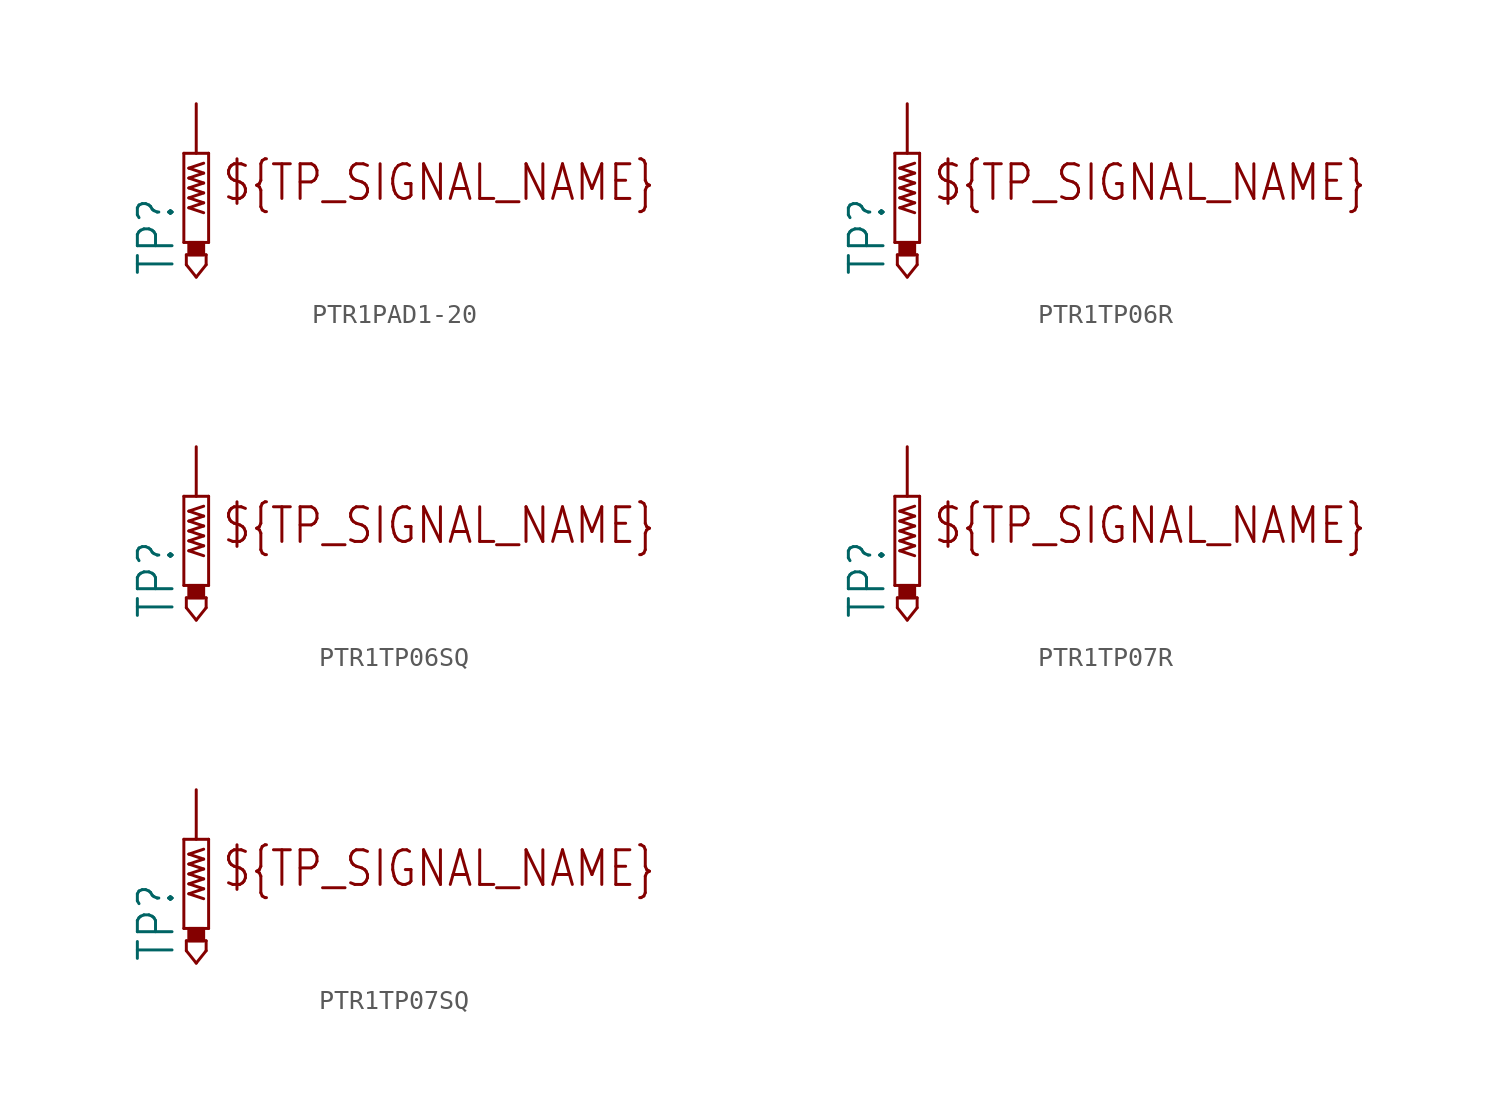
<source format=kicad_sym>
(kicad_symbol_lib
  (version 20241209)
  (generator "kicad_symbol_editor")
  (generator_version "9.0")
  (symbol "PTR1PAD1-20"
    (property "Reference" "TP"
      (at -1.016 -6.35 90)
      (effects (font (size 1.778 1.511)) (justify left bottom)))
    (property "ki_locked" ""
      (at 0 0 0)
      (effects (font (size 1.27 1.27))))
    (symbol "PTR1PAD1-20_1_0"
      (polyline (pts (xy -0.635 0) (xy -0.635 -4.572)) (stroke (width 0.152) (type solid)) (fill (type none)))
      (polyline (pts (xy -0.508 -5.207) (xy -0.508 -5.715)) (stroke (width 0.152) (type solid)) (fill (type none)))
      (polyline (pts (xy -0.508 -5.715) (xy 0 -6.35)) (stroke (width 0.152) (type solid)) (fill (type none)))
      (polyline (pts (xy -0.381 -0.762) (xy 0.381 -0.508)) (stroke (width 0.152) (type solid)) (fill (type none)))
      (polyline (pts (xy -0.381 -1.27) (xy 0.381 -1.016)) (stroke (width 0.152) (type solid)) (fill (type none)))
      (polyline (pts (xy -0.381 -1.778) (xy 0.381 -1.524)) (stroke (width 0.152) (type solid)) (fill (type none)))
      (polyline (pts (xy -0.381 -2.286) (xy 0.381 -2.032)) (stroke (width 0.152) (type solid)) (fill (type none)))
      (polyline (pts (xy -0.381 -2.794) (xy 0.381 -2.54)) (stroke (width 0.152) (type solid)) (fill (type none)))
      (rectangle (start -0.381 -5.207) (end 0.381 -4.572) (stroke (width 0) (type default)) (fill (type outline)))
      (polyline (pts (xy 0 -6.35) (xy 0.508 -5.715)) (stroke (width 0.152) (type solid)) (fill (type none)))
      (polyline (pts (xy 0.381 -1.016) (xy -0.381 -0.762)) (stroke (width 0.152) (type solid)) (fill (type none)))
      (polyline (pts (xy 0.381 -1.524) (xy -0.381 -1.27)) (stroke (width 0.152) (type solid)) (fill (type none)))
      (polyline (pts (xy 0.381 -2.032) (xy -0.381 -1.778)) (stroke (width 0.152) (type solid)) (fill (type none)))
      (polyline (pts (xy 0.381 -2.54) (xy -0.381 -2.286)) (stroke (width 0.152) (type solid)) (fill (type none)))
      (polyline (pts (xy 0.381 -3.048) (xy -0.381 -2.794)) (stroke (width 0.152) (type solid)) (fill (type none)))
      (polyline (pts (xy 0.508 -5.207) (xy -0.508 -5.207)) (stroke (width 0.152) (type solid)) (fill (type none)))
      (polyline (pts (xy 0.508 -5.715) (xy 0.508 -5.207)) (stroke (width 0.152) (type solid)) (fill (type none)))
      (polyline (pts (xy 0.635 0) (xy -0.635 0)) (stroke (width 0.152) (type solid)) (fill (type none)))
      (polyline (pts (xy 0.635 -4.572) (xy -0.635 -4.572)) (stroke (width 0.152) (type solid)) (fill (type none)))
      (polyline (pts (xy 0.635 -4.572) (xy 0.635 0)) (stroke (width 0.152) (type solid)) (fill (type none)))
      (text "${TP_SIGNAL_NAME}" (at 1.27 -2.54 0) (effects (font (size 1.778 1.511)) (justify left bottom)))
      (pin input line (at 0 2.54 270) (length 2.54) (name "TP" (effects (font (size 0 0)))) (number "TP" (effects (font (size 0 0)))))))
  (symbol "PTR1TP06R"
    (property "Reference" "TP"
      (at -1.016 -6.35 90)
      (effects (font (size 1.778 1.511)) (justify left bottom)))
    (property "ki_locked" ""
      (at 0 0 0)
      (effects (font (size 1.27 1.27))))
    (symbol "PTR1TP06R_1_0"
      (polyline (pts (xy -0.635 0) (xy -0.635 -4.572)) (stroke (width 0.152) (type solid)) (fill (type none)))
      (polyline (pts (xy -0.508 -5.207) (xy -0.508 -5.715)) (stroke (width 0.152) (type solid)) (fill (type none)))
      (polyline (pts (xy -0.508 -5.715) (xy 0 -6.35)) (stroke (width 0.152) (type solid)) (fill (type none)))
      (polyline (pts (xy -0.381 -0.762) (xy 0.381 -0.508)) (stroke (width 0.152) (type solid)) (fill (type none)))
      (polyline (pts (xy -0.381 -1.27) (xy 0.381 -1.016)) (stroke (width 0.152) (type solid)) (fill (type none)))
      (polyline (pts (xy -0.381 -1.778) (xy 0.381 -1.524)) (stroke (width 0.152) (type solid)) (fill (type none)))
      (polyline (pts (xy -0.381 -2.286) (xy 0.381 -2.032)) (stroke (width 0.152) (type solid)) (fill (type none)))
      (polyline (pts (xy -0.381 -2.794) (xy 0.381 -2.54)) (stroke (width 0.152) (type solid)) (fill (type none)))
      (rectangle (start -0.381 -5.207) (end 0.381 -4.572) (stroke (width 0) (type default)) (fill (type outline)))
      (polyline (pts (xy 0 -6.35) (xy 0.508 -5.715)) (stroke (width 0.152) (type solid)) (fill (type none)))
      (polyline (pts (xy 0.381 -1.016) (xy -0.381 -0.762)) (stroke (width 0.152) (type solid)) (fill (type none)))
      (polyline (pts (xy 0.381 -1.524) (xy -0.381 -1.27)) (stroke (width 0.152) (type solid)) (fill (type none)))
      (polyline (pts (xy 0.381 -2.032) (xy -0.381 -1.778)) (stroke (width 0.152) (type solid)) (fill (type none)))
      (polyline (pts (xy 0.381 -2.54) (xy -0.381 -2.286)) (stroke (width 0.152) (type solid)) (fill (type none)))
      (polyline (pts (xy 0.381 -3.048) (xy -0.381 -2.794)) (stroke (width 0.152) (type solid)) (fill (type none)))
      (polyline (pts (xy 0.508 -5.207) (xy -0.508 -5.207)) (stroke (width 0.152) (type solid)) (fill (type none)))
      (polyline (pts (xy 0.508 -5.715) (xy 0.508 -5.207)) (stroke (width 0.152) (type solid)) (fill (type none)))
      (polyline (pts (xy 0.635 0) (xy -0.635 0)) (stroke (width 0.152) (type solid)) (fill (type none)))
      (polyline (pts (xy 0.635 -4.572) (xy -0.635 -4.572)) (stroke (width 0.152) (type solid)) (fill (type none)))
      (polyline (pts (xy 0.635 -4.572) (xy 0.635 0)) (stroke (width 0.152) (type solid)) (fill (type none)))
      (text "${TP_SIGNAL_NAME}" (at 1.27 -2.54 0) (effects (font (size 1.778 1.511)) (justify left bottom)))
      (pin input line (at 0 2.54 270) (length 2.54) (name "TP" (effects (font (size 0 0)))) (number "TP" (effects (font (size 0 0)))))))
  (symbol "PTR1TP06SQ"
    (property "Reference" "TP"
      (at -1.016 -6.35 90)
      (effects (font (size 1.778 1.511)) (justify left bottom)))
    (property "ki_locked" ""
      (at 0 0 0)
      (effects (font (size 1.27 1.27))))
    (symbol "PTR1TP06SQ_1_0"
      (polyline (pts (xy -0.635 0) (xy -0.635 -4.572)) (stroke (width 0.152) (type solid)) (fill (type none)))
      (polyline (pts (xy -0.508 -5.207) (xy -0.508 -5.715)) (stroke (width 0.152) (type solid)) (fill (type none)))
      (polyline (pts (xy -0.508 -5.715) (xy 0 -6.35)) (stroke (width 0.152) (type solid)) (fill (type none)))
      (polyline (pts (xy -0.381 -0.762) (xy 0.381 -0.508)) (stroke (width 0.152) (type solid)) (fill (type none)))
      (polyline (pts (xy -0.381 -1.27) (xy 0.381 -1.016)) (stroke (width 0.152) (type solid)) (fill (type none)))
      (polyline (pts (xy -0.381 -1.778) (xy 0.381 -1.524)) (stroke (width 0.152) (type solid)) (fill (type none)))
      (polyline (pts (xy -0.381 -2.286) (xy 0.381 -2.032)) (stroke (width 0.152) (type solid)) (fill (type none)))
      (polyline (pts (xy -0.381 -2.794) (xy 0.381 -2.54)) (stroke (width 0.152) (type solid)) (fill (type none)))
      (rectangle (start -0.381 -5.207) (end 0.381 -4.572) (stroke (width 0) (type default)) (fill (type outline)))
      (polyline (pts (xy 0 -6.35) (xy 0.508 -5.715)) (stroke (width 0.152) (type solid)) (fill (type none)))
      (polyline (pts (xy 0.381 -1.016) (xy -0.381 -0.762)) (stroke (width 0.152) (type solid)) (fill (type none)))
      (polyline (pts (xy 0.381 -1.524) (xy -0.381 -1.27)) (stroke (width 0.152) (type solid)) (fill (type none)))
      (polyline (pts (xy 0.381 -2.032) (xy -0.381 -1.778)) (stroke (width 0.152) (type solid)) (fill (type none)))
      (polyline (pts (xy 0.381 -2.54) (xy -0.381 -2.286)) (stroke (width 0.152) (type solid)) (fill (type none)))
      (polyline (pts (xy 0.381 -3.048) (xy -0.381 -2.794)) (stroke (width 0.152) (type solid)) (fill (type none)))
      (polyline (pts (xy 0.508 -5.207) (xy -0.508 -5.207)) (stroke (width 0.152) (type solid)) (fill (type none)))
      (polyline (pts (xy 0.508 -5.715) (xy 0.508 -5.207)) (stroke (width 0.152) (type solid)) (fill (type none)))
      (polyline (pts (xy 0.635 0) (xy -0.635 0)) (stroke (width 0.152) (type solid)) (fill (type none)))
      (polyline (pts (xy 0.635 -4.572) (xy -0.635 -4.572)) (stroke (width 0.152) (type solid)) (fill (type none)))
      (polyline (pts (xy 0.635 -4.572) (xy 0.635 0)) (stroke (width 0.152) (type solid)) (fill (type none)))
      (text "${TP_SIGNAL_NAME}" (at 1.27 -2.54 0) (effects (font (size 1.778 1.511)) (justify left bottom)))
      (pin input line (at 0 2.54 270) (length 2.54) (name "TP" (effects (font (size 0 0)))) (number "TP" (effects (font (size 0 0)))))))
  (symbol "PTR1TP07R"
    (property "Reference" "TP"
      (at -1.016 -6.35 90)
      (effects (font (size 1.778 1.511)) (justify left bottom)))
    (property "ki_locked" ""
      (at 0 0 0)
      (effects (font (size 1.27 1.27))))
    (symbol "PTR1TP07R_1_0"
      (polyline (pts (xy -0.635 0) (xy -0.635 -4.572)) (stroke (width 0.152) (type solid)) (fill (type none)))
      (polyline (pts (xy -0.508 -5.207) (xy -0.508 -5.715)) (stroke (width 0.152) (type solid)) (fill (type none)))
      (polyline (pts (xy -0.508 -5.715) (xy 0 -6.35)) (stroke (width 0.152) (type solid)) (fill (type none)))
      (polyline (pts (xy -0.381 -0.762) (xy 0.381 -0.508)) (stroke (width 0.152) (type solid)) (fill (type none)))
      (polyline (pts (xy -0.381 -1.27) (xy 0.381 -1.016)) (stroke (width 0.152) (type solid)) (fill (type none)))
      (polyline (pts (xy -0.381 -1.778) (xy 0.381 -1.524)) (stroke (width 0.152) (type solid)) (fill (type none)))
      (polyline (pts (xy -0.381 -2.286) (xy 0.381 -2.032)) (stroke (width 0.152) (type solid)) (fill (type none)))
      (polyline (pts (xy -0.381 -2.794) (xy 0.381 -2.54)) (stroke (width 0.152) (type solid)) (fill (type none)))
      (rectangle (start -0.381 -5.207) (end 0.381 -4.572) (stroke (width 0) (type default)) (fill (type outline)))
      (polyline (pts (xy 0 -6.35) (xy 0.508 -5.715)) (stroke (width 0.152) (type solid)) (fill (type none)))
      (polyline (pts (xy 0.381 -1.016) (xy -0.381 -0.762)) (stroke (width 0.152) (type solid)) (fill (type none)))
      (polyline (pts (xy 0.381 -1.524) (xy -0.381 -1.27)) (stroke (width 0.152) (type solid)) (fill (type none)))
      (polyline (pts (xy 0.381 -2.032) (xy -0.381 -1.778)) (stroke (width 0.152) (type solid)) (fill (type none)))
      (polyline (pts (xy 0.381 -2.54) (xy -0.381 -2.286)) (stroke (width 0.152) (type solid)) (fill (type none)))
      (polyline (pts (xy 0.381 -3.048) (xy -0.381 -2.794)) (stroke (width 0.152) (type solid)) (fill (type none)))
      (polyline (pts (xy 0.508 -5.207) (xy -0.508 -5.207)) (stroke (width 0.152) (type solid)) (fill (type none)))
      (polyline (pts (xy 0.508 -5.715) (xy 0.508 -5.207)) (stroke (width 0.152) (type solid)) (fill (type none)))
      (polyline (pts (xy 0.635 0) (xy -0.635 0)) (stroke (width 0.152) (type solid)) (fill (type none)))
      (polyline (pts (xy 0.635 -4.572) (xy -0.635 -4.572)) (stroke (width 0.152) (type solid)) (fill (type none)))
      (polyline (pts (xy 0.635 -4.572) (xy 0.635 0)) (stroke (width 0.152) (type solid)) (fill (type none)))
      (text "${TP_SIGNAL_NAME}" (at 1.27 -2.54 0) (effects (font (size 1.778 1.511)) (justify left bottom)))
      (pin input line (at 0 2.54 270) (length 2.54) (name "TP" (effects (font (size 0 0)))) (number "TP" (effects (font (size 0 0)))))))
  (symbol "PTR1TP07SQ"
    (property "Reference" "TP"
      (at -1.016 -6.35 90)
      (effects (font (size 1.778 1.511)) (justify left bottom)))
    (property "ki_locked" ""
      (at 0 0 0)
      (effects (font (size 1.27 1.27))))
    (symbol "PTR1TP07SQ_1_0"
      (polyline (pts (xy -0.635 0) (xy -0.635 -4.572)) (stroke (width 0.152) (type solid)) (fill (type none)))
      (polyline (pts (xy -0.508 -5.207) (xy -0.508 -5.715)) (stroke (width 0.152) (type solid)) (fill (type none)))
      (polyline (pts (xy -0.508 -5.715) (xy 0 -6.35)) (stroke (width 0.152) (type solid)) (fill (type none)))
      (polyline (pts (xy -0.381 -0.762) (xy 0.381 -0.508)) (stroke (width 0.152) (type solid)) (fill (type none)))
      (polyline (pts (xy -0.381 -1.27) (xy 0.381 -1.016)) (stroke (width 0.152) (type solid)) (fill (type none)))
      (polyline (pts (xy -0.381 -1.778) (xy 0.381 -1.524)) (stroke (width 0.152) (type solid)) (fill (type none)))
      (polyline (pts (xy -0.381 -2.286) (xy 0.381 -2.032)) (stroke (width 0.152) (type solid)) (fill (type none)))
      (polyline (pts (xy -0.381 -2.794) (xy 0.381 -2.54)) (stroke (width 0.152) (type solid)) (fill (type none)))
      (rectangle (start -0.381 -5.207) (end 0.381 -4.572) (stroke (width 0) (type default)) (fill (type outline)))
      (polyline (pts (xy 0 -6.35) (xy 0.508 -5.715)) (stroke (width 0.152) (type solid)) (fill (type none)))
      (polyline (pts (xy 0.381 -1.016) (xy -0.381 -0.762)) (stroke (width 0.152) (type solid)) (fill (type none)))
      (polyline (pts (xy 0.381 -1.524) (xy -0.381 -1.27)) (stroke (width 0.152) (type solid)) (fill (type none)))
      (polyline (pts (xy 0.381 -2.032) (xy -0.381 -1.778)) (stroke (width 0.152) (type solid)) (fill (type none)))
      (polyline (pts (xy 0.381 -2.54) (xy -0.381 -2.286)) (stroke (width 0.152) (type solid)) (fill (type none)))
      (polyline (pts (xy 0.381 -3.048) (xy -0.381 -2.794)) (stroke (width 0.152) (type solid)) (fill (type none)))
      (polyline (pts (xy 0.508 -5.207) (xy -0.508 -5.207)) (stroke (width 0.152) (type solid)) (fill (type none)))
      (polyline (pts (xy 0.508 -5.715) (xy 0.508 -5.207)) (stroke (width 0.152) (type solid)) (fill (type none)))
      (polyline (pts (xy 0.635 0) (xy -0.635 0)) (stroke (width 0.152) (type solid)) (fill (type none)))
      (polyline (pts (xy 0.635 -4.572) (xy -0.635 -4.572)) (stroke (width 0.152) (type solid)) (fill (type none)))
      (polyline (pts (xy 0.635 -4.572) (xy 0.635 0)) (stroke (width 0.152) (type solid)) (fill (type none)))
      (text "${TP_SIGNAL_NAME}" (at 1.27 -2.54 0) (effects (font (size 1.778 1.511)) (justify left bottom)))
      (pin input line (at 0 2.54 270) (length 2.54) (name "TP" (effects (font (size 0 0)))) (number "TP" (effects (font (size 0 0))))))))
</source>
